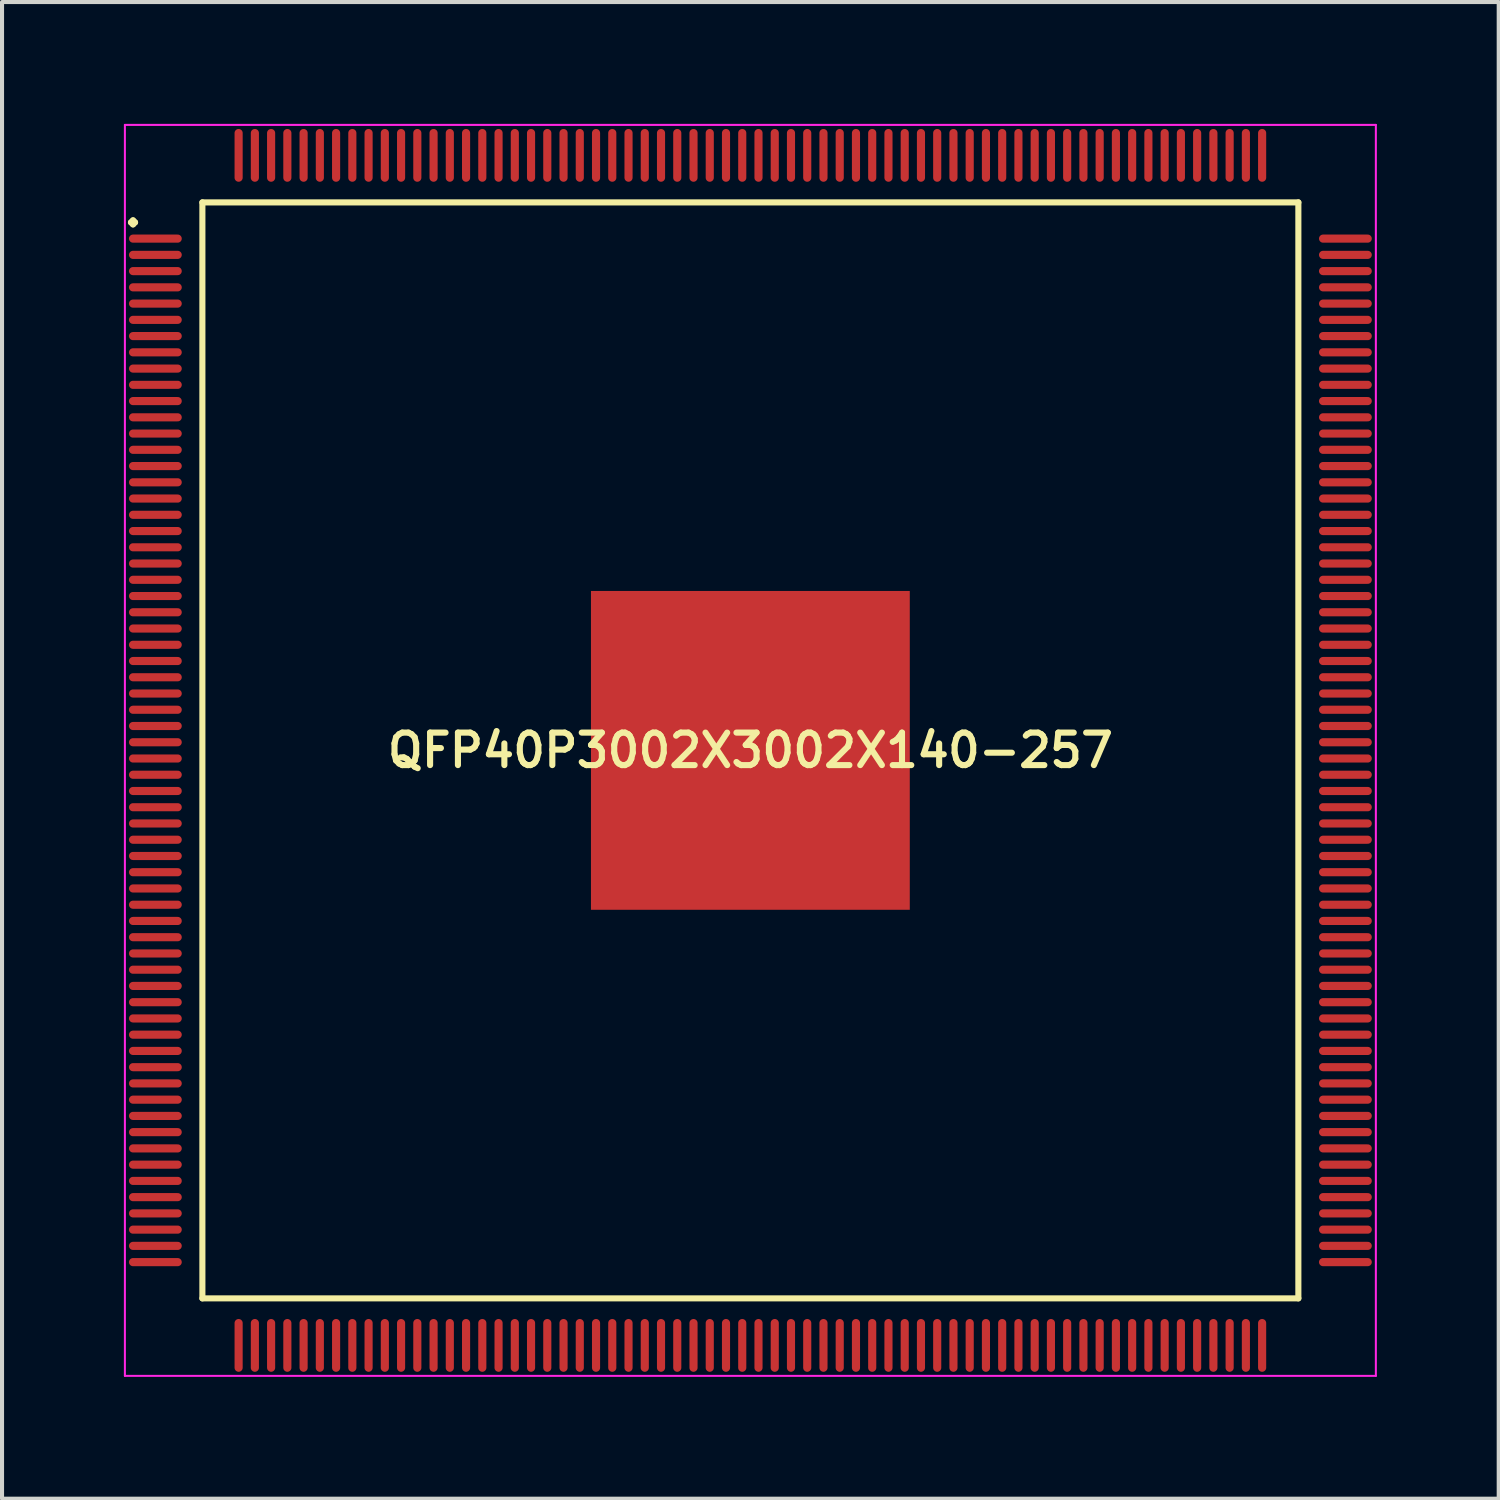
<source format=kicad_pcb>
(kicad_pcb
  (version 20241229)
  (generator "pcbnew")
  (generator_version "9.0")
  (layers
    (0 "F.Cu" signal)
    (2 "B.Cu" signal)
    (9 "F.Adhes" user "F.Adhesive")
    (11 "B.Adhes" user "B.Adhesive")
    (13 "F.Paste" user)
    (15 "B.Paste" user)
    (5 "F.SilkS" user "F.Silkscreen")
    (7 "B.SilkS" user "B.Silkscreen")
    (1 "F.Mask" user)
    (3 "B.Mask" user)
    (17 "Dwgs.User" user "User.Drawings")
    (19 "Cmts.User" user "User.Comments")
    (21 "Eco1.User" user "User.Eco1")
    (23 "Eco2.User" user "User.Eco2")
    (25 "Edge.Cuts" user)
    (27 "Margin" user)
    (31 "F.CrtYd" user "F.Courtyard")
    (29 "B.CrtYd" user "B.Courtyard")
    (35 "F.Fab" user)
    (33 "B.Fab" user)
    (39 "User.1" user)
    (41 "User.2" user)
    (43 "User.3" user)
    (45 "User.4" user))
  (footprint "QFP40P3002X3002X140-257"
    (layer "F.Cu")
    (at 15.425 15.425)
    (property "Reference" "QFP40P3002X3002X140-257" (at 0 0 0) (layer "F.SilkS") (effects (font (size 0.8 0.8) (thickness 0.15))))
    (attr smd)
    (fp_line (start -15.25 -13) (end -15.2 -13.05) (stroke (width 0.15) (type solid)) (layer "F.SilkS"))
    (fp_line (start -15.2 -13.05) (end -15.15 -13) (stroke (width 0.15) (type solid)) (layer "F.SilkS"))
    (fp_line (start -15.2 -12.95) (end -15.25 -13) (stroke (width 0.15) (type solid)) (layer "F.SilkS"))
    (fp_line (start -15.15 -13) (end -15.2 -12.95) (stroke (width 0.15) (type solid)) (layer "F.SilkS"))
    (fp_line (start -13.492 -13.492) (end -13.492 13.492) (stroke (width 0.15) (type solid)) (layer "F.SilkS"))
    (fp_line (start -13.492 13.492) (end 13.492 13.492) (stroke (width 0.15) (type solid)) (layer "F.SilkS"))
    (fp_line (start 13.492 -13.492) (end -13.492 -13.492) (stroke (width 0.15) (type solid)) (layer "F.SilkS"))
    (fp_line (start 13.492 13.492) (end 13.492 -13.492) (stroke (width 0.15) (type solid)) (layer "F.SilkS"))
    (fp_line (start -15.4 -15.4) (end 15.4 -15.4) (stroke (width 0.05) (type solid)) (layer "F.CrtYd"))
    (fp_line (start -15.4 15.4) (end -15.4 -15.4) (stroke (width 0.05) (type solid)) (layer "F.CrtYd"))
    (fp_line (start 15.4 -15.4) (end 15.4 15.4) (stroke (width 0.05) (type solid)) (layer "F.CrtYd"))
    (fp_line (start 15.4 15.4) (end -15.4 15.4) (stroke (width 0.05) (type solid)) (layer "F.CrtYd"))
    (pad "1" smd oval (at -14.65 -12.6) (size 1.3 0.2) (layers "F.Cu" "F.Mask" "F.Paste"))
    (pad "2" smd oval (at -14.65 -12.2) (size 1.3 0.2) (layers "F.Cu" "F.Mask" "F.Paste"))
    (pad "3" smd oval (at -14.65 -11.8) (size 1.3 0.2) (layers "F.Cu" "F.Mask" "F.Paste"))
    (pad "4" smd oval (at -14.65 -11.4) (size 1.3 0.2) (layers "F.Cu" "F.Mask" "F.Paste"))
    (pad "5" smd oval (at -14.65 -11) (size 1.3 0.2) (layers "F.Cu" "F.Mask" "F.Paste"))
    (pad "6" smd oval (at -14.65 -10.6) (size 1.3 0.2) (layers "F.Cu" "F.Mask" "F.Paste"))
    (pad "7" smd oval (at -14.65 -10.2) (size 1.3 0.2) (layers "F.Cu" "F.Mask" "F.Paste"))
    (pad "8" smd oval (at -14.65 -9.8) (size 1.3 0.2) (layers "F.Cu" "F.Mask" "F.Paste"))
    (pad "9" smd oval (at -14.65 -9.4) (size 1.3 0.2) (layers "F.Cu" "F.Mask" "F.Paste"))
    (pad "10" smd oval (at -14.65 -9) (size 1.3 0.2) (layers "F.Cu" "F.Mask" "F.Paste"))
    (pad "11" smd oval (at -14.65 -8.6) (size 1.3 0.2) (layers "F.Cu" "F.Mask" "F.Paste"))
    (pad "12" smd oval (at -14.65 -8.2) (size 1.3 0.2) (layers "F.Cu" "F.Mask" "F.Paste"))
    (pad "13" smd oval (at -14.65 -7.8) (size 1.3 0.2) (layers "F.Cu" "F.Mask" "F.Paste"))
    (pad "14" smd oval (at -14.65 -7.4) (size 1.3 0.2) (layers "F.Cu" "F.Mask" "F.Paste"))
    (pad "15" smd oval (at -14.65 -7) (size 1.3 0.2) (layers "F.Cu" "F.Mask" "F.Paste"))
    (pad "16" smd oval (at -14.65 -6.6) (size 1.3 0.2) (layers "F.Cu" "F.Mask" "F.Paste"))
    (pad "17" smd oval (at -14.65 -6.2) (size 1.3 0.2) (layers "F.Cu" "F.Mask" "F.Paste"))
    (pad "18" smd oval (at -14.65 -5.8) (size 1.3 0.2) (layers "F.Cu" "F.Mask" "F.Paste"))
    (pad "19" smd oval (at -14.65 -5.4) (size 1.3 0.2) (layers "F.Cu" "F.Mask" "F.Paste"))
    (pad "20" smd oval (at -14.65 -5) (size 1.3 0.2) (layers "F.Cu" "F.Mask" "F.Paste"))
    (pad "21" smd oval (at -14.65 -4.6) (size 1.3 0.2) (layers "F.Cu" "F.Mask" "F.Paste"))
    (pad "22" smd oval (at -14.65 -4.2) (size 1.3 0.2) (layers "F.Cu" "F.Mask" "F.Paste"))
    (pad "23" smd oval (at -14.65 -3.8) (size 1.3 0.2) (layers "F.Cu" "F.Mask" "F.Paste"))
    (pad "24" smd oval (at -14.65 -3.4) (size 1.3 0.2) (layers "F.Cu" "F.Mask" "F.Paste"))
    (pad "25" smd oval (at -14.65 -3) (size 1.3 0.2) (layers "F.Cu" "F.Mask" "F.Paste"))
    (pad "26" smd oval (at -14.65 -2.6) (size 1.3 0.2) (layers "F.Cu" "F.Mask" "F.Paste"))
    (pad "27" smd oval (at -14.65 -2.2) (size 1.3 0.2) (layers "F.Cu" "F.Mask" "F.Paste"))
    (pad "28" smd oval (at -14.65 -1.8) (size 1.3 0.2) (layers "F.Cu" "F.Mask" "F.Paste"))
    (pad "29" smd oval (at -14.65 -1.4) (size 1.3 0.2) (layers "F.Cu" "F.Mask" "F.Paste"))
    (pad "30" smd oval (at -14.65 -1) (size 1.3 0.2) (layers "F.Cu" "F.Mask" "F.Paste"))
    (pad "31" smd oval (at -14.65 -0.6) (size 1.3 0.2) (layers "F.Cu" "F.Mask" "F.Paste"))
    (pad "32" smd oval (at -14.65 -0.2) (size 1.3 0.2) (layers "F.Cu" "F.Mask" "F.Paste"))
    (pad "33" smd oval (at -14.65 0.2) (size 1.3 0.2) (layers "F.Cu" "F.Mask" "F.Paste"))
    (pad "34" smd oval (at -14.65 0.6) (size 1.3 0.2) (layers "F.Cu" "F.Mask" "F.Paste"))
    (pad "35" smd oval (at -14.65 1) (size 1.3 0.2) (layers "F.Cu" "F.Mask" "F.Paste"))
    (pad "36" smd oval (at -14.65 1.4) (size 1.3 0.2) (layers "F.Cu" "F.Mask" "F.Paste"))
    (pad "37" smd oval (at -14.65 1.8) (size 1.3 0.2) (layers "F.Cu" "F.Mask" "F.Paste"))
    (pad "38" smd oval (at -14.65 2.2) (size 1.3 0.2) (layers "F.Cu" "F.Mask" "F.Paste"))
    (pad "39" smd oval (at -14.65 2.6) (size 1.3 0.2) (layers "F.Cu" "F.Mask" "F.Paste"))
    (pad "40" smd oval (at -14.65 3) (size 1.3 0.2) (layers "F.Cu" "F.Mask" "F.Paste"))
    (pad "41" smd oval (at -14.65 3.4) (size 1.3 0.2) (layers "F.Cu" "F.Mask" "F.Paste"))
    (pad "42" smd oval (at -14.65 3.8) (size 1.3 0.2) (layers "F.Cu" "F.Mask" "F.Paste"))
    (pad "43" smd oval (at -14.65 4.2) (size 1.3 0.2) (layers "F.Cu" "F.Mask" "F.Paste"))
    (pad "44" smd oval (at -14.65 4.6) (size 1.3 0.2) (layers "F.Cu" "F.Mask" "F.Paste"))
    (pad "45" smd oval (at -14.65 5) (size 1.3 0.2) (layers "F.Cu" "F.Mask" "F.Paste"))
    (pad "46" smd oval (at -14.65 5.4) (size 1.3 0.2) (layers "F.Cu" "F.Mask" "F.Paste"))
    (pad "47" smd oval (at -14.65 5.8) (size 1.3 0.2) (layers "F.Cu" "F.Mask" "F.Paste"))
    (pad "48" smd oval (at -14.65 6.2) (size 1.3 0.2) (layers "F.Cu" "F.Mask" "F.Paste"))
    (pad "49" smd oval (at -14.65 6.6) (size 1.3 0.2) (layers "F.Cu" "F.Mask" "F.Paste"))
    (pad "50" smd oval (at -14.65 7) (size 1.3 0.2) (layers "F.Cu" "F.Mask" "F.Paste"))
    (pad "51" smd oval (at -14.65 7.4) (size 1.3 0.2) (layers "F.Cu" "F.Mask" "F.Paste"))
    (pad "52" smd oval (at -14.65 7.8) (size 1.3 0.2) (layers "F.Cu" "F.Mask" "F.Paste"))
    (pad "53" smd oval (at -14.65 8.2) (size 1.3 0.2) (layers "F.Cu" "F.Mask" "F.Paste"))
    (pad "54" smd oval (at -14.65 8.6) (size 1.3 0.2) (layers "F.Cu" "F.Mask" "F.Paste"))
    (pad "55" smd oval (at -14.65 9) (size 1.3 0.2) (layers "F.Cu" "F.Mask" "F.Paste"))
    (pad "56" smd oval (at -14.65 9.4) (size 1.3 0.2) (layers "F.Cu" "F.Mask" "F.Paste"))
    (pad "57" smd oval (at -14.65 9.8) (size 1.3 0.2) (layers "F.Cu" "F.Mask" "F.Paste"))
    (pad "58" smd oval (at -14.65 10.2) (size 1.3 0.2) (layers "F.Cu" "F.Mask" "F.Paste"))
    (pad "59" smd oval (at -14.65 10.6) (size 1.3 0.2) (layers "F.Cu" "F.Mask" "F.Paste"))
    (pad "60" smd oval (at -14.65 11) (size 1.3 0.2) (layers "F.Cu" "F.Mask" "F.Paste"))
    (pad "61" smd oval (at -14.65 11.4) (size 1.3 0.2) (layers "F.Cu" "F.Mask" "F.Paste"))
    (pad "62" smd oval (at -14.65 11.8) (size 1.3 0.2) (layers "F.Cu" "F.Mask" "F.Paste"))
    (pad "63" smd oval (at -14.65 12.2) (size 1.3 0.2) (layers "F.Cu" "F.Mask" "F.Paste"))
    (pad "64" smd oval (at -14.65 12.6) (size 1.3 0.2) (layers "F.Cu" "F.Mask" "F.Paste"))
    (pad "65" smd oval (at -12.6 14.65) (size 0.2 1.3) (layers "F.Cu" "F.Mask" "F.Paste"))
    (pad "66" smd oval (at -12.2 14.65) (size 0.2 1.3) (layers "F.Cu" "F.Mask" "F.Paste"))
    (pad "67" smd oval (at -11.8 14.65) (size 0.2 1.3) (layers "F.Cu" "F.Mask" "F.Paste"))
    (pad "68" smd oval (at -11.4 14.65) (size 0.2 1.3) (layers "F.Cu" "F.Mask" "F.Paste"))
    (pad "69" smd oval (at -11 14.65) (size 0.2 1.3) (layers "F.Cu" "F.Mask" "F.Paste"))
    (pad "70" smd oval (at -10.6 14.65) (size 0.2 1.3) (layers "F.Cu" "F.Mask" "F.Paste"))
    (pad "71" smd oval (at -10.2 14.65) (size 0.2 1.3) (layers "F.Cu" "F.Mask" "F.Paste"))
    (pad "72" smd oval (at -9.8 14.65) (size 0.2 1.3) (layers "F.Cu" "F.Mask" "F.Paste"))
    (pad "73" smd oval (at -9.4 14.65) (size 0.2 1.3) (layers "F.Cu" "F.Mask" "F.Paste"))
    (pad "74" smd oval (at -9 14.65) (size 0.2 1.3) (layers "F.Cu" "F.Mask" "F.Paste"))
    (pad "75" smd oval (at -8.6 14.65) (size 0.2 1.3) (layers "F.Cu" "F.Mask" "F.Paste"))
    (pad "76" smd oval (at -8.2 14.65) (size 0.2 1.3) (layers "F.Cu" "F.Mask" "F.Paste"))
    (pad "77" smd oval (at -7.8 14.65) (size 0.2 1.3) (layers "F.Cu" "F.Mask" "F.Paste"))
    (pad "78" smd oval (at -7.4 14.65) (size 0.2 1.3) (layers "F.Cu" "F.Mask" "F.Paste"))
    (pad "79" smd oval (at -7 14.65) (size 0.2 1.3) (layers "F.Cu" "F.Mask" "F.Paste"))
    (pad "80" smd oval (at -6.6 14.65) (size 0.2 1.3) (layers "F.Cu" "F.Mask" "F.Paste"))
    (pad "81" smd oval (at -6.2 14.65) (size 0.2 1.3) (layers "F.Cu" "F.Mask" "F.Paste"))
    (pad "82" smd oval (at -5.8 14.65) (size 0.2 1.3) (layers "F.Cu" "F.Mask" "F.Paste"))
    (pad "83" smd oval (at -5.4 14.65) (size 0.2 1.3) (layers "F.Cu" "F.Mask" "F.Paste"))
    (pad "84" smd oval (at -5 14.65) (size 0.2 1.3) (layers "F.Cu" "F.Mask" "F.Paste"))
    (pad "85" smd oval (at -4.6 14.65) (size 0.2 1.3) (layers "F.Cu" "F.Mask" "F.Paste"))
    (pad "86" smd oval (at -4.2 14.65) (size 0.2 1.3) (layers "F.Cu" "F.Mask" "F.Paste"))
    (pad "87" smd oval (at -3.8 14.65) (size 0.2 1.3) (layers "F.Cu" "F.Mask" "F.Paste"))
    (pad "88" smd oval (at -3.4 14.65) (size 0.2 1.3) (layers "F.Cu" "F.Mask" "F.Paste"))
    (pad "89" smd oval (at -3 14.65) (size 0.2 1.3) (layers "F.Cu" "F.Mask" "F.Paste"))
    (pad "90" smd oval (at -2.6 14.65) (size 0.2 1.3) (layers "F.Cu" "F.Mask" "F.Paste"))
    (pad "91" smd oval (at -2.2 14.65) (size 0.2 1.3) (layers "F.Cu" "F.Mask" "F.Paste"))
    (pad "92" smd oval (at -1.8 14.65) (size 0.2 1.3) (layers "F.Cu" "F.Mask" "F.Paste"))
    (pad "93" smd oval (at -1.4 14.65) (size 0.2 1.3) (layers "F.Cu" "F.Mask" "F.Paste"))
    (pad "94" smd oval (at -1 14.65) (size 0.2 1.3) (layers "F.Cu" "F.Mask" "F.Paste"))
    (pad "95" smd oval (at -0.6 14.65) (size 0.2 1.3) (layers "F.Cu" "F.Mask" "F.Paste"))
    (pad "96" smd oval (at -0.2 14.65) (size 0.2 1.3) (layers "F.Cu" "F.Mask" "F.Paste"))
    (pad "97" smd oval (at 0.2 14.65) (size 0.2 1.3) (layers "F.Cu" "F.Mask" "F.Paste"))
    (pad "98" smd oval (at 0.6 14.65) (size 0.2 1.3) (layers "F.Cu" "F.Mask" "F.Paste"))
    (pad "99" smd oval (at 1 14.65) (size 0.2 1.3) (layers "F.Cu" "F.Mask" "F.Paste"))
    (pad "100" smd oval (at 1.4 14.65) (size 0.2 1.3) (layers "F.Cu" "F.Mask" "F.Paste"))
    (pad "101" smd oval (at 1.8 14.65) (size 0.2 1.3) (layers "F.Cu" "F.Mask" "F.Paste"))
    (pad "102" smd oval (at 2.2 14.65) (size 0.2 1.3) (layers "F.Cu" "F.Mask" "F.Paste"))
    (pad "103" smd oval (at 2.6 14.65) (size 0.2 1.3) (layers "F.Cu" "F.Mask" "F.Paste"))
    (pad "104" smd oval (at 3 14.65) (size 0.2 1.3) (layers "F.Cu" "F.Mask" "F.Paste"))
    (pad "105" smd oval (at 3.4 14.65) (size 0.2 1.3) (layers "F.Cu" "F.Mask" "F.Paste"))
    (pad "106" smd oval (at 3.8 14.65) (size 0.2 1.3) (layers "F.Cu" "F.Mask" "F.Paste"))
    (pad "107" smd oval (at 4.2 14.65) (size 0.2 1.3) (layers "F.Cu" "F.Mask" "F.Paste"))
    (pad "108" smd oval (at 4.6 14.65) (size 0.2 1.3) (layers "F.Cu" "F.Mask" "F.Paste"))
    (pad "109" smd oval (at 5 14.65) (size 0.2 1.3) (layers "F.Cu" "F.Mask" "F.Paste"))
    (pad "110" smd oval (at 5.4 14.65) (size 0.2 1.3) (layers "F.Cu" "F.Mask" "F.Paste"))
    (pad "111" smd oval (at 5.8 14.65) (size 0.2 1.3) (layers "F.Cu" "F.Mask" "F.Paste"))
    (pad "112" smd oval (at 6.2 14.65) (size 0.2 1.3) (layers "F.Cu" "F.Mask" "F.Paste"))
    (pad "113" smd oval (at 6.6 14.65) (size 0.2 1.3) (layers "F.Cu" "F.Mask" "F.Paste"))
    (pad "114" smd oval (at 7 14.65) (size 0.2 1.3) (layers "F.Cu" "F.Mask" "F.Paste"))
    (pad "115" smd oval (at 7.4 14.65) (size 0.2 1.3) (layers "F.Cu" "F.Mask" "F.Paste"))
    (pad "116" smd oval (at 7.8 14.65) (size 0.2 1.3) (layers "F.Cu" "F.Mask" "F.Paste"))
    (pad "117" smd oval (at 8.2 14.65) (size 0.2 1.3) (layers "F.Cu" "F.Mask" "F.Paste"))
    (pad "118" smd oval (at 8.6 14.65) (size 0.2 1.3) (layers "F.Cu" "F.Mask" "F.Paste"))
    (pad "119" smd oval (at 9 14.65) (size 0.2 1.3) (layers "F.Cu" "F.Mask" "F.Paste"))
    (pad "120" smd oval (at 9.4 14.65) (size 0.2 1.3) (layers "F.Cu" "F.Mask" "F.Paste"))
    (pad "121" smd oval (at 9.8 14.65) (size 0.2 1.3) (layers "F.Cu" "F.Mask" "F.Paste"))
    (pad "122" smd oval (at 10.2 14.65) (size 0.2 1.3) (layers "F.Cu" "F.Mask" "F.Paste"))
    (pad "123" smd oval (at 10.6 14.65) (size 0.2 1.3) (layers "F.Cu" "F.Mask" "F.Paste"))
    (pad "124" smd oval (at 11 14.65) (size 0.2 1.3) (layers "F.Cu" "F.Mask" "F.Paste"))
    (pad "125" smd oval (at 11.4 14.65) (size 0.2 1.3) (layers "F.Cu" "F.Mask" "F.Paste"))
    (pad "126" smd oval (at 11.8 14.65) (size 0.2 1.3) (layers "F.Cu" "F.Mask" "F.Paste"))
    (pad "127" smd oval (at 12.2 14.65) (size 0.2 1.3) (layers "F.Cu" "F.Mask" "F.Paste"))
    (pad "128" smd oval (at 12.6 14.65) (size 0.2 1.3) (layers "F.Cu" "F.Mask" "F.Paste"))
    (pad "129" smd oval (at 14.65 12.6) (size 1.3 0.2) (layers "F.Cu" "F.Mask" "F.Paste"))
    (pad "130" smd oval (at 14.65 12.2) (size 1.3 0.2) (layers "F.Cu" "F.Mask" "F.Paste"))
    (pad "131" smd oval (at 14.65 11.8) (size 1.3 0.2) (layers "F.Cu" "F.Mask" "F.Paste"))
    (pad "132" smd oval (at 14.65 11.4) (size 1.3 0.2) (layers "F.Cu" "F.Mask" "F.Paste"))
    (pad "133" smd oval (at 14.65 11) (size 1.3 0.2) (layers "F.Cu" "F.Mask" "F.Paste"))
    (pad "134" smd oval (at 14.65 10.6) (size 1.3 0.2) (layers "F.Cu" "F.Mask" "F.Paste"))
    (pad "135" smd oval (at 14.65 10.2) (size 1.3 0.2) (layers "F.Cu" "F.Mask" "F.Paste"))
    (pad "136" smd oval (at 14.65 9.8) (size 1.3 0.2) (layers "F.Cu" "F.Mask" "F.Paste"))
    (pad "137" smd oval (at 14.65 9.4) (size 1.3 0.2) (layers "F.Cu" "F.Mask" "F.Paste"))
    (pad "138" smd oval (at 14.65 9) (size 1.3 0.2) (layers "F.Cu" "F.Mask" "F.Paste"))
    (pad "139" smd oval (at 14.65 8.6) (size 1.3 0.2) (layers "F.Cu" "F.Mask" "F.Paste"))
    (pad "140" smd oval (at 14.65 8.2) (size 1.3 0.2) (layers "F.Cu" "F.Mask" "F.Paste"))
    (pad "141" smd oval (at 14.65 7.8) (size 1.3 0.2) (layers "F.Cu" "F.Mask" "F.Paste"))
    (pad "142" smd oval (at 14.65 7.4) (size 1.3 0.2) (layers "F.Cu" "F.Mask" "F.Paste"))
    (pad "143" smd oval (at 14.65 7) (size 1.3 0.2) (layers "F.Cu" "F.Mask" "F.Paste"))
    (pad "144" smd oval (at 14.65 6.6) (size 1.3 0.2) (layers "F.Cu" "F.Mask" "F.Paste"))
    (pad "145" smd oval (at 14.65 6.2) (size 1.3 0.2) (layers "F.Cu" "F.Mask" "F.Paste"))
    (pad "146" smd oval (at 14.65 5.8) (size 1.3 0.2) (layers "F.Cu" "F.Mask" "F.Paste"))
    (pad "147" smd oval (at 14.65 5.4) (size 1.3 0.2) (layers "F.Cu" "F.Mask" "F.Paste"))
    (pad "148" smd oval (at 14.65 5) (size 1.3 0.2) (layers "F.Cu" "F.Mask" "F.Paste"))
    (pad "149" smd oval (at 14.65 4.6) (size 1.3 0.2) (layers "F.Cu" "F.Mask" "F.Paste"))
    (pad "150" smd oval (at 14.65 4.2) (size 1.3 0.2) (layers "F.Cu" "F.Mask" "F.Paste"))
    (pad "151" smd oval (at 14.65 3.8) (size 1.3 0.2) (layers "F.Cu" "F.Mask" "F.Paste"))
    (pad "152" smd oval (at 14.65 3.4) (size 1.3 0.2) (layers "F.Cu" "F.Mask" "F.Paste"))
    (pad "153" smd oval (at 14.65 3) (size 1.3 0.2) (layers "F.Cu" "F.Mask" "F.Paste"))
    (pad "154" smd oval (at 14.65 2.6) (size 1.3 0.2) (layers "F.Cu" "F.Mask" "F.Paste"))
    (pad "155" smd oval (at 14.65 2.2) (size 1.3 0.2) (layers "F.Cu" "F.Mask" "F.Paste"))
    (pad "156" smd oval (at 14.65 1.8) (size 1.3 0.2) (layers "F.Cu" "F.Mask" "F.Paste"))
    (pad "157" smd oval (at 14.65 1.4) (size 1.3 0.2) (layers "F.Cu" "F.Mask" "F.Paste"))
    (pad "158" smd oval (at 14.65 1) (size 1.3 0.2) (layers "F.Cu" "F.Mask" "F.Paste"))
    (pad "159" smd oval (at 14.65 0.6) (size 1.3 0.2) (layers "F.Cu" "F.Mask" "F.Paste"))
    (pad "160" smd oval (at 14.65 0.2) (size 1.3 0.2) (layers "F.Cu" "F.Mask" "F.Paste"))
    (pad "161" smd oval (at 14.65 -0.2) (size 1.3 0.2) (layers "F.Cu" "F.Mask" "F.Paste"))
    (pad "162" smd oval (at 14.65 -0.6) (size 1.3 0.2) (layers "F.Cu" "F.Mask" "F.Paste"))
    (pad "163" smd oval (at 14.65 -1) (size 1.3 0.2) (layers "F.Cu" "F.Mask" "F.Paste"))
    (pad "164" smd oval (at 14.65 -1.4) (size 1.3 0.2) (layers "F.Cu" "F.Mask" "F.Paste"))
    (pad "165" smd oval (at 14.65 -1.8) (size 1.3 0.2) (layers "F.Cu" "F.Mask" "F.Paste"))
    (pad "166" smd oval (at 14.65 -2.2) (size 1.3 0.2) (layers "F.Cu" "F.Mask" "F.Paste"))
    (pad "167" smd oval (at 14.65 -2.6) (size 1.3 0.2) (layers "F.Cu" "F.Mask" "F.Paste"))
    (pad "168" smd oval (at 14.65 -3) (size 1.3 0.2) (layers "F.Cu" "F.Mask" "F.Paste"))
    (pad "169" smd oval (at 14.65 -3.4) (size 1.3 0.2) (layers "F.Cu" "F.Mask" "F.Paste"))
    (pad "170" smd oval (at 14.65 -3.8) (size 1.3 0.2) (layers "F.Cu" "F.Mask" "F.Paste"))
    (pad "171" smd oval (at 14.65 -4.2) (size 1.3 0.2) (layers "F.Cu" "F.Mask" "F.Paste"))
    (pad "172" smd oval (at 14.65 -4.6) (size 1.3 0.2) (layers "F.Cu" "F.Mask" "F.Paste"))
    (pad "173" smd oval (at 14.65 -5) (size 1.3 0.2) (layers "F.Cu" "F.Mask" "F.Paste"))
    (pad "174" smd oval (at 14.65 -5.4) (size 1.3 0.2) (layers "F.Cu" "F.Mask" "F.Paste"))
    (pad "175" smd oval (at 14.65 -5.8) (size 1.3 0.2) (layers "F.Cu" "F.Mask" "F.Paste"))
    (pad "176" smd oval (at 14.65 -6.2) (size 1.3 0.2) (layers "F.Cu" "F.Mask" "F.Paste"))
    (pad "177" smd oval (at 14.65 -6.6) (size 1.3 0.2) (layers "F.Cu" "F.Mask" "F.Paste"))
    (pad "178" smd oval (at 14.65 -7) (size 1.3 0.2) (layers "F.Cu" "F.Mask" "F.Paste"))
    (pad "179" smd oval (at 14.65 -7.4) (size 1.3 0.2) (layers "F.Cu" "F.Mask" "F.Paste"))
    (pad "180" smd oval (at 14.65 -7.8) (size 1.3 0.2) (layers "F.Cu" "F.Mask" "F.Paste"))
    (pad "181" smd oval (at 14.65 -8.2) (size 1.3 0.2) (layers "F.Cu" "F.Mask" "F.Paste"))
    (pad "182" smd oval (at 14.65 -8.6) (size 1.3 0.2) (layers "F.Cu" "F.Mask" "F.Paste"))
    (pad "183" smd oval (at 14.65 -9) (size 1.3 0.2) (layers "F.Cu" "F.Mask" "F.Paste"))
    (pad "184" smd oval (at 14.65 -9.4) (size 1.3 0.2) (layers "F.Cu" "F.Mask" "F.Paste"))
    (pad "185" smd oval (at 14.65 -9.8) (size 1.3 0.2) (layers "F.Cu" "F.Mask" "F.Paste"))
    (pad "186" smd oval (at 14.65 -10.2) (size 1.3 0.2) (layers "F.Cu" "F.Mask" "F.Paste"))
    (pad "187" smd oval (at 14.65 -10.6) (size 1.3 0.2) (layers "F.Cu" "F.Mask" "F.Paste"))
    (pad "188" smd oval (at 14.65 -11) (size 1.3 0.2) (layers "F.Cu" "F.Mask" "F.Paste"))
    (pad "189" smd oval (at 14.65 -11.4) (size 1.3 0.2) (layers "F.Cu" "F.Mask" "F.Paste"))
    (pad "190" smd oval (at 14.65 -11.8) (size 1.3 0.2) (layers "F.Cu" "F.Mask" "F.Paste"))
    (pad "191" smd oval (at 14.65 -12.2) (size 1.3 0.2) (layers "F.Cu" "F.Mask" "F.Paste"))
    (pad "192" smd oval (at 14.65 -12.6) (size 1.3 0.2) (layers "F.Cu" "F.Mask" "F.Paste"))
    (pad "193" smd oval (at 12.6 -14.65) (size 0.2 1.3) (layers "F.Cu" "F.Mask" "F.Paste"))
    (pad "194" smd oval (at 12.2 -14.65) (size 0.2 1.3) (layers "F.Cu" "F.Mask" "F.Paste"))
    (pad "195" smd oval (at 11.8 -14.65) (size 0.2 1.3) (layers "F.Cu" "F.Mask" "F.Paste"))
    (pad "196" smd oval (at 11.4 -14.65) (size 0.2 1.3) (layers "F.Cu" "F.Mask" "F.Paste"))
    (pad "197" smd oval (at 11 -14.65) (size 0.2 1.3) (layers "F.Cu" "F.Mask" "F.Paste"))
    (pad "198" smd oval (at 10.6 -14.65) (size 0.2 1.3) (layers "F.Cu" "F.Mask" "F.Paste"))
    (pad "199" smd oval (at 10.2 -14.65) (size 0.2 1.3) (layers "F.Cu" "F.Mask" "F.Paste"))
    (pad "200" smd oval (at 9.8 -14.65) (size 0.2 1.3) (layers "F.Cu" "F.Mask" "F.Paste"))
    (pad "201" smd oval (at 9.4 -14.65) (size 0.2 1.3) (layers "F.Cu" "F.Mask" "F.Paste"))
    (pad "202" smd oval (at 9 -14.65) (size 0.2 1.3) (layers "F.Cu" "F.Mask" "F.Paste"))
    (pad "203" smd oval (at 8.6 -14.65) (size 0.2 1.3) (layers "F.Cu" "F.Mask" "F.Paste"))
    (pad "204" smd oval (at 8.2 -14.65) (size 0.2 1.3) (layers "F.Cu" "F.Mask" "F.Paste"))
    (pad "205" smd oval (at 7.8 -14.65) (size 0.2 1.3) (layers "F.Cu" "F.Mask" "F.Paste"))
    (pad "206" smd oval (at 7.4 -14.65) (size 0.2 1.3) (layers "F.Cu" "F.Mask" "F.Paste"))
    (pad "207" smd oval (at 7 -14.65) (size 0.2 1.3) (layers "F.Cu" "F.Mask" "F.Paste"))
    (pad "208" smd oval (at 6.6 -14.65) (size 0.2 1.3) (layers "F.Cu" "F.Mask" "F.Paste"))
    (pad "209" smd oval (at 6.2 -14.65) (size 0.2 1.3) (layers "F.Cu" "F.Mask" "F.Paste"))
    (pad "210" smd oval (at 5.8 -14.65) (size 0.2 1.3) (layers "F.Cu" "F.Mask" "F.Paste"))
    (pad "211" smd oval (at 5.4 -14.65) (size 0.2 1.3) (layers "F.Cu" "F.Mask" "F.Paste"))
    (pad "212" smd oval (at 5 -14.65) (size 0.2 1.3) (layers "F.Cu" "F.Mask" "F.Paste"))
    (pad "213" smd oval (at 4.6 -14.65) (size 0.2 1.3) (layers "F.Cu" "F.Mask" "F.Paste"))
    (pad "214" smd oval (at 4.2 -14.65) (size 0.2 1.3) (layers "F.Cu" "F.Mask" "F.Paste"))
    (pad "215" smd oval (at 3.8 -14.65) (size 0.2 1.3) (layers "F.Cu" "F.Mask" "F.Paste"))
    (pad "216" smd oval (at 3.4 -14.65) (size 0.2 1.3) (layers "F.Cu" "F.Mask" "F.Paste"))
    (pad "217" smd oval (at 3 -14.65) (size 0.2 1.3) (layers "F.Cu" "F.Mask" "F.Paste"))
    (pad "218" smd oval (at 2.6 -14.65) (size 0.2 1.3) (layers "F.Cu" "F.Mask" "F.Paste"))
    (pad "219" smd oval (at 2.2 -14.65) (size 0.2 1.3) (layers "F.Cu" "F.Mask" "F.Paste"))
    (pad "220" smd oval (at 1.8 -14.65) (size 0.2 1.3) (layers "F.Cu" "F.Mask" "F.Paste"))
    (pad "221" smd oval (at 1.4 -14.65) (size 0.2 1.3) (layers "F.Cu" "F.Mask" "F.Paste"))
    (pad "222" smd oval (at 1 -14.65) (size 0.2 1.3) (layers "F.Cu" "F.Mask" "F.Paste"))
    (pad "223" smd oval (at 0.6 -14.65) (size 0.2 1.3) (layers "F.Cu" "F.Mask" "F.Paste"))
    (pad "224" smd oval (at 0.2 -14.65) (size 0.2 1.3) (layers "F.Cu" "F.Mask" "F.Paste"))
    (pad "225" smd oval (at -0.2 -14.65) (size 0.2 1.3) (layers "F.Cu" "F.Mask" "F.Paste"))
    (pad "226" smd oval (at -0.6 -14.65) (size 0.2 1.3) (layers "F.Cu" "F.Mask" "F.Paste"))
    (pad "227" smd oval (at -1 -14.65) (size 0.2 1.3) (layers "F.Cu" "F.Mask" "F.Paste"))
    (pad "228" smd oval (at -1.4 -14.65) (size 0.2 1.3) (layers "F.Cu" "F.Mask" "F.Paste"))
    (pad "229" smd oval (at -1.8 -14.65) (size 0.2 1.3) (layers "F.Cu" "F.Mask" "F.Paste"))
    (pad "230" smd oval (at -2.2 -14.65) (size 0.2 1.3) (layers "F.Cu" "F.Mask" "F.Paste"))
    (pad "231" smd oval (at -2.6 -14.65) (size 0.2 1.3) (layers "F.Cu" "F.Mask" "F.Paste"))
    (pad "232" smd oval (at -3 -14.65) (size 0.2 1.3) (layers "F.Cu" "F.Mask" "F.Paste"))
    (pad "233" smd oval (at -3.4 -14.65) (size 0.2 1.3) (layers "F.Cu" "F.Mask" "F.Paste"))
    (pad "234" smd oval (at -3.8 -14.65) (size 0.2 1.3) (layers "F.Cu" "F.Mask" "F.Paste"))
    (pad "235" smd oval (at -4.2 -14.65) (size 0.2 1.3) (layers "F.Cu" "F.Mask" "F.Paste"))
    (pad "236" smd oval (at -4.6 -14.65) (size 0.2 1.3) (layers "F.Cu" "F.Mask" "F.Paste"))
    (pad "237" smd oval (at -5 -14.65) (size 0.2 1.3) (layers "F.Cu" "F.Mask" "F.Paste"))
    (pad "238" smd oval (at -5.4 -14.65) (size 0.2 1.3) (layers "F.Cu" "F.Mask" "F.Paste"))
    (pad "239" smd oval (at -5.8 -14.65) (size 0.2 1.3) (layers "F.Cu" "F.Mask" "F.Paste"))
    (pad "240" smd oval (at -6.2 -14.65) (size 0.2 1.3) (layers "F.Cu" "F.Mask" "F.Paste"))
    (pad "241" smd oval (at -6.6 -14.65) (size 0.2 1.3) (layers "F.Cu" "F.Mask" "F.Paste"))
    (pad "242" smd oval (at -7 -14.65) (size 0.2 1.3) (layers "F.Cu" "F.Mask" "F.Paste"))
    (pad "243" smd oval (at -7.4 -14.65) (size 0.2 1.3) (layers "F.Cu" "F.Mask" "F.Paste"))
    (pad "244" smd oval (at -7.8 -14.65) (size 0.2 1.3) (layers "F.Cu" "F.Mask" "F.Paste"))
    (pad "245" smd oval (at -8.2 -14.65) (size 0.2 1.3) (layers "F.Cu" "F.Mask" "F.Paste"))
    (pad "246" smd oval (at -8.6 -14.65) (size 0.2 1.3) (layers "F.Cu" "F.Mask" "F.Paste"))
    (pad "247" smd oval (at -9 -14.65) (size 0.2 1.3) (layers "F.Cu" "F.Mask" "F.Paste"))
    (pad "248" smd oval (at -9.4 -14.65) (size 0.2 1.3) (layers "F.Cu" "F.Mask" "F.Paste"))
    (pad "249" smd oval (at -9.8 -14.65) (size 0.2 1.3) (layers "F.Cu" "F.Mask" "F.Paste"))
    (pad "250" smd oval (at -10.2 -14.65) (size 0.2 1.3) (layers "F.Cu" "F.Mask" "F.Paste"))
    (pad "251" smd oval (at -10.6 -14.65) (size 0.2 1.3) (layers "F.Cu" "F.Mask" "F.Paste"))
    (pad "252" smd oval (at -11 -14.65) (size 0.2 1.3) (layers "F.Cu" "F.Mask" "F.Paste"))
    (pad "253" smd oval (at -11.4 -14.65) (size 0.2 1.3) (layers "F.Cu" "F.Mask" "F.Paste"))
    (pad "254" smd oval (at -11.8 -14.65) (size 0.2 1.3) (layers "F.Cu" "F.Mask" "F.Paste"))
    (pad "255" smd oval (at -12.2 -14.65) (size 0.2 1.3) (layers "F.Cu" "F.Mask" "F.Paste"))
    (pad "256" smd oval (at -12.6 -14.65) (size 0.2 1.3) (layers "F.Cu" "F.Mask" "F.Paste"))
    (pad "257" smd rect (at 0 0) (size 7.85 7.85) (layers "F.Cu" "F.Mask" "F.Paste")))
  (gr_rect
    (start -3 -3)
    (end 33.85 33.85)
    (stroke (width 0.1) (type default))
    (fill no)
    (layer "Edge.Cuts")))
</source>
